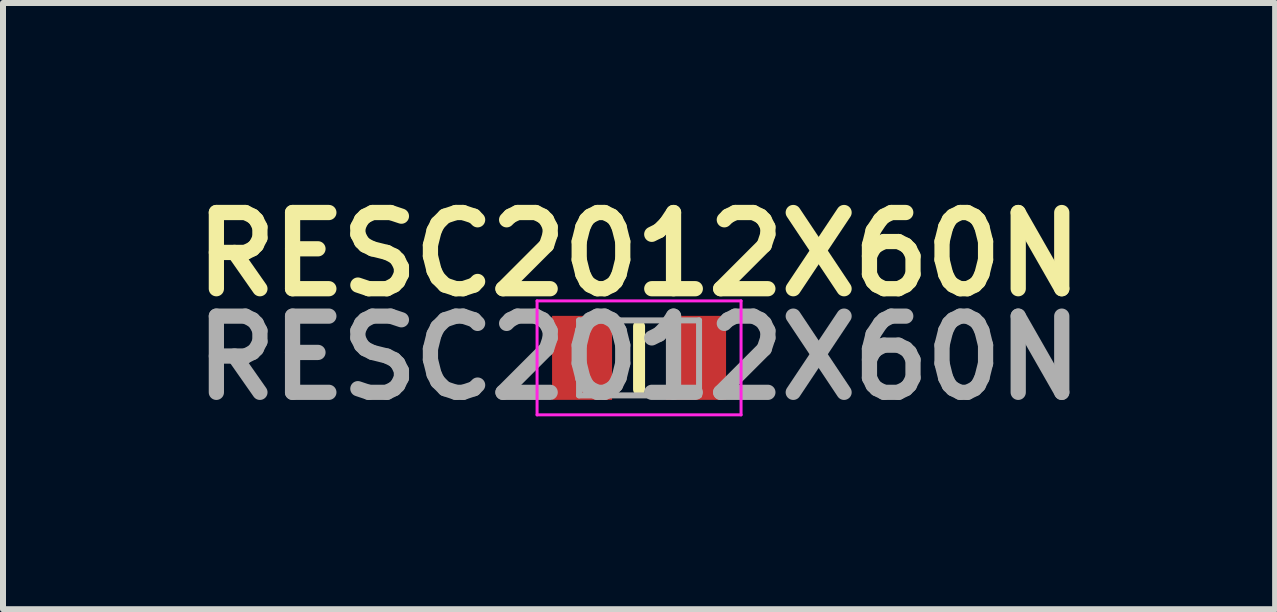
<source format=kicad_pcb>
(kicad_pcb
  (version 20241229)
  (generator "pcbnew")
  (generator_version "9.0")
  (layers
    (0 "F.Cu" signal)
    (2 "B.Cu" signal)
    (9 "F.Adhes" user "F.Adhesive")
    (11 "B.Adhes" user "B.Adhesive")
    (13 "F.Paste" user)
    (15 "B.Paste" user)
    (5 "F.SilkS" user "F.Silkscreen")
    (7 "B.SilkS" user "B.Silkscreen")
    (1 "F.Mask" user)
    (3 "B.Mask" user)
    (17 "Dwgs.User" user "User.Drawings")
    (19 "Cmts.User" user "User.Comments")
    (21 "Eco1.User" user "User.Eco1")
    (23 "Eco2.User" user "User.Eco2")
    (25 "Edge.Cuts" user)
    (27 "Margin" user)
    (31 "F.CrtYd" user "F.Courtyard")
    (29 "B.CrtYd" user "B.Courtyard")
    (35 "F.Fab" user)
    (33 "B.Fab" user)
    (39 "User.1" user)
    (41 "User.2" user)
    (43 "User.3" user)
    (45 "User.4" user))
  (footprint "RESC2012X60N"
    (layer "F.Cu")
    (at 7.602 2.915)
    (property "Reference" "RESC2012X60N" (at 0 -1.727 0) (layer "F.SilkS") (effects (font (size 1.27 1.27) (thickness 0.254))))
    (attr smd)
    (fp_line (start 0 -0.525) (end 0 0.525) (stroke (width 0.2) (type solid)) (layer "F.SilkS"))
    (fp_line (start -1.7 -0.95) (end 1.7 -0.95) (stroke (width 0.05) (type solid)) (layer "F.CrtYd"))
    (fp_line (start -1.7 0.95) (end -1.7 -0.95) (stroke (width 0.05) (type solid)) (layer "F.CrtYd"))
    (fp_line (start 1.7 -0.95) (end 1.7 0.95) (stroke (width 0.05) (type solid)) (layer "F.CrtYd"))
    (fp_line (start 1.7 0.95) (end -1.7 0.95) (stroke (width 0.05) (type solid)) (layer "F.CrtYd"))
    (fp_line (start -1 -0.625) (end 1 -0.625) (stroke (width 0.1) (type solid)) (layer "F.Fab"))
    (fp_line (start -1 0.625) (end -1 -0.625) (stroke (width 0.1) (type solid)) (layer "F.Fab"))
    (fp_line (start 1 -0.625) (end 1 0.625) (stroke (width 0.1) (type solid)) (layer "F.Fab"))
    (fp_line (start 1 0.625) (end -1 0.625) (stroke (width 0.1) (type solid)) (layer "F.Fab"))
    (fp_text user "${REFERENCE}" (at 0 0 0) (layer "F.Fab") (effects (font (size 1.27 1.27) (thickness 0.254))))
    (pad "1" smd rect (at -0.95 0) (size 1 1.4) (layers "F.Cu" "F.Mask" "F.Paste"))
    (pad "2" smd rect (at 0.95 0) (size 1 1.4) (layers "F.Cu" "F.Mask" "F.Paste")))
  (gr_rect
    (start -3 -3)
    (end 18.204 7.104)
    (stroke (width 0.1) (type default))
    (fill no)
    (layer "Edge.Cuts")))
</source>
